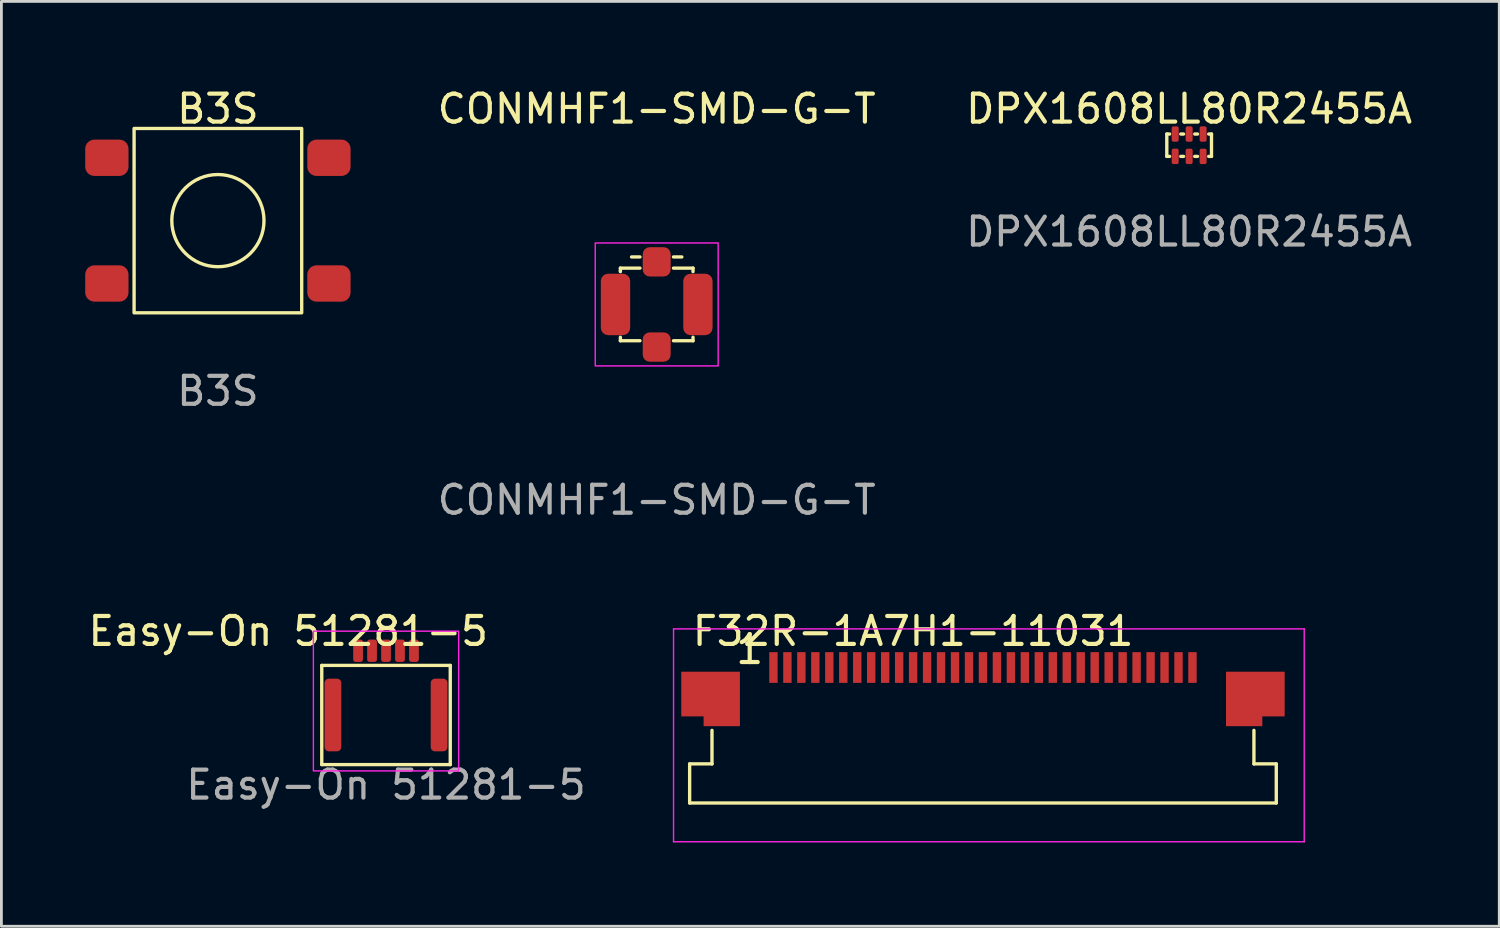
<source format=kicad_pcb>
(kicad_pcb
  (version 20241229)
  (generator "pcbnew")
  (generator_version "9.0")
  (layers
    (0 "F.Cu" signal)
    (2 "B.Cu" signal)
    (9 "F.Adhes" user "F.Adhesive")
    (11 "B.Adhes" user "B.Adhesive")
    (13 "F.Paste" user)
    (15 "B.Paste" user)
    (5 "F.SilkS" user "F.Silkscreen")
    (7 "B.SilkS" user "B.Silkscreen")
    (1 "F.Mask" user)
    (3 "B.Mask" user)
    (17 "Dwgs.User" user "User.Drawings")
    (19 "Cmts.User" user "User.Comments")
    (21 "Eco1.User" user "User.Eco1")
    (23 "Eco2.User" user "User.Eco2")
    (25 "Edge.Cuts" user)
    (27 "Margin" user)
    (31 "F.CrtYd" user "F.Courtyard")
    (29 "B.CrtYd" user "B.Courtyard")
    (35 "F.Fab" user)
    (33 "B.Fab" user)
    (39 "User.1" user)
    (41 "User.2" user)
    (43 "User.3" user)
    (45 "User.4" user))
  (footprint "B3S"
    (layer "F.Cu")
    (at 4.75 4.848)
    (property "Reference" "B3S" (at 0 -4 0) (unlocked yes) (layer "F.SilkS") (effects (font (size 1 1) (thickness 0.15))))
    (attr smd)
    (fp_rect (start -3 -3.3) (end 3 3.3) (stroke (width 0.12) (type default)) (fill no) (layer "F.SilkS"))
    (fp_circle (center 0 0) (end 1.65 0) (stroke (width 0.12) (type default)) (fill no) (layer "F.SilkS"))
    (fp_text user "${REFERENCE}" (at 0 6.1 0) (unlocked yes) (layer "F.Fab") (effects (font (size 1 1) (thickness 0.15))))
    (pad "1" smd roundrect (at 3.975 2.25) (size 1.55 1.3) (layers "F.Cu" "F.Mask" "F.Paste") (roundrect_rratio 0.25))
    (pad "2" smd roundrect (at -3.975 2.25) (size 1.55 1.3) (layers "F.Cu" "F.Mask" "F.Paste") (roundrect_rratio 0.25))
    (pad "3" smd roundrect (at -3.975 -2.25) (size 1.55 1.3) (layers "F.Cu" "F.Mask" "F.Paste") (roundrect_rratio 0.25))
    (pad "4" smd roundrect (at 3.975 -2.25) (size 1.55 1.3) (layers "F.Cu" "F.Mask" "F.Paste") (roundrect_rratio 0.25)))
  (footprint "DPX1608LL80R2455A"
    (layer "F.Cu")
    (at 39.518 2.148)
    (property "Reference" "DPX1608LL80R2455A" (at 0 -1.3 0) (unlocked yes) (layer "F.SilkS") (effects (font (size 1 1) (thickness 0.15))))
    (attr smd)
    (fp_line (start -0.8 -0.4) (end -0.8 0.4) (stroke (width 0.12) (type default)) (layer "F.SilkS"))
    (fp_line (start -0.8 -0.4) (end -0.7 -0.4) (stroke (width 0.12) (type default)) (layer "F.SilkS"))
    (fp_line (start -0.8 0.4) (end -0.7 0.4) (stroke (width 0.12) (type default)) (layer "F.SilkS"))
    (fp_line (start -0.3 -0.4) (end -0.2 -0.4) (stroke (width 0.12) (type default)) (layer "F.SilkS"))
    (fp_line (start -0.2 0.4) (end -0.3 0.4) (stroke (width 0.12) (type default)) (layer "F.SilkS"))
    (fp_line (start 0.2 -0.4) (end 0.3 -0.4) (stroke (width 0.12) (type default)) (layer "F.SilkS"))
    (fp_line (start 0.3 0.4) (end 0.2 0.4) (stroke (width 0.12) (type default)) (layer "F.SilkS"))
    (fp_line (start 0.8 -0.4) (end 0.7 -0.4) (stroke (width 0.12) (type default)) (layer "F.SilkS"))
    (fp_line (start 0.8 -0.4) (end 0.8 0.4) (stroke (width 0.12) (type default)) (layer "F.SilkS"))
    (fp_line (start 0.8 0.4) (end 0.7 0.4) (stroke (width 0.12) (type default)) (layer "F.SilkS"))
    (fp_text user "${REFERENCE}" (at 0 3.1 0) (unlocked yes) (layer "F.Fab") (effects (font (size 1 1) (thickness 0.15))))
    (pad "1" smd roundrect (at -0.5 0.4) (size 0.25 0.55) (layers "F.Cu" "F.Mask" "F.Paste") (roundrect_rratio 0.25))
    (pad "2" smd roundrect (at 0 0.4) (size 0.25 0.55) (layers "F.Cu" "F.Mask" "F.Paste") (roundrect_rratio 0.25))
    (pad "3" smd roundrect (at 0.5 0.4) (size 0.25 0.55) (layers "F.Cu" "F.Mask" "F.Paste") (roundrect_rratio 0.25))
    (pad "4" smd roundrect (at 0.5 -0.4) (size 0.25 0.55) (layers "F.Cu" "F.Mask" "F.Paste") (roundrect_rratio 0.25))
    (pad "5" smd roundrect (at 0 -0.4) (size 0.25 0.55) (layers "F.Cu" "F.Mask" "F.Paste") (roundrect_rratio 0.25))
    (pad "6" smd roundrect (at -0.5 -0.4) (size 0.25 0.55) (layers "F.Cu" "F.Mask" "F.Paste") (roundrect_rratio 0.25)))
  (footprint "Easy-On 51281-5"
    (layer "F.Cu")
    (at 10.768 22.545)
    (property "Reference" "Easy-On 51281-5" (at -3.5 -3 0) (unlocked yes) (layer "F.SilkS") (effects (font (size 1 1) (thickness 0.15))))
    (attr smd)
    (fp_line (start -2.3 -1.775) (end 2.3 -1.775) (stroke (width 0.12) (type solid)) (layer "F.SilkS"))
    (fp_line (start -2.3 1.775) (end -2.3 -1.775) (stroke (width 0.12) (type solid)) (layer "F.SilkS"))
    (fp_line (start 2.3 -1.775) (end 2.3 1.775) (stroke (width 0.12) (type solid)) (layer "F.SilkS"))
    (fp_line (start 2.3 1.775) (end -2.3 1.775) (stroke (width 0.12) (type solid)) (layer "F.SilkS"))
    (fp_rect (start -2.6 -3) (end 2.6 2) (stroke (width 0.05) (type default)) (fill no) (layer "F.CrtYd"))
    (fp_text user "${REFERENCE}" (at 0 2.5 0) (unlocked yes) (layer "F.Fab") (effects (font (size 1 1) (thickness 0.15))))
    (pad "" smd roundrect (at -1.9 0) (size 0.6 2.6) (layers "F.Cu" "F.Mask" "F.Paste") (roundrect_rratio 0.25))
    (pad "" smd roundrect (at 1.9 0) (size 0.6 2.6) (layers "F.Cu" "F.Mask" "F.Paste") (roundrect_rratio 0.25))
    (pad "1" smd roundrect (at -1 -2.3) (size 0.35 0.8) (layers "F.Cu" "F.Mask" "F.Paste") (roundrect_rratio 0.25))
    (pad "2" smd roundrect (at -0.5 -2.3) (size 0.35 0.8) (layers "F.Cu" "F.Mask" "F.Paste") (roundrect_rratio 0.25))
    (pad "3" smd roundrect (at 0 -2.3) (size 0.35 0.8) (layers "F.Cu" "F.Mask" "F.Paste") (roundrect_rratio 0.25))
    (pad "4" smd roundrect (at 0.5 -2.3) (size 0.35 0.8) (layers "F.Cu" "F.Mask" "F.Paste") (roundrect_rratio 0.25))
    (pad "5" smd roundrect (at 1 -2.3) (size 0.35 0.8) (layers "F.Cu" "F.Mask" "F.Paste") (roundrect_rratio 0.25)))
  (footprint "F32R-1A7H1-11031"
    (layer "F.Cu")
    (at 32.137 21.495)
    (property "Reference" "F32R-1A7H1-11031" (at -2.5 -1.95 0) (layer "F.SilkS") (effects (font (size 1 1) (thickness 0.15))))
    (attr smd)
    (fp_line (start -10.5 2.8) (end -10.5 4.2) (stroke (width 0.12) (type solid)) (layer "F.SilkS"))
    (fp_line (start -10.5 2.8) (end -9.7 2.8) (stroke (width 0.12) (type solid)) (layer "F.SilkS"))
    (fp_line (start -9.7 1.6) (end -9.7 2.8) (stroke (width 0.12) (type solid)) (layer "F.SilkS"))
    (fp_line (start 9.7 1.6) (end 9.7 2.8) (stroke (width 0.12) (type solid)) (layer "F.SilkS"))
    (fp_line (start 9.7 2.8) (end 10.5 2.8) (stroke (width 0.12) (type solid)) (layer "F.SilkS"))
    (fp_line (start 10.5 2.8) (end 10.5 4.2) (stroke (width 0.12) (type solid)) (layer "F.SilkS"))
    (fp_line (start 10.5 4.2) (end -10.5 4.2) (stroke (width 0.12) (type solid)) (layer "F.SilkS"))
    (fp_line (start -11.076 -2.032) (end 11.5 -2.032) (stroke (width 0.05) (type solid)) (layer "F.CrtYd"))
    (fp_line (start -11.076 5.588) (end -11.076 -2.032) (stroke (width 0.05) (type solid)) (layer "F.CrtYd"))
    (fp_line (start 11.5 -2.032) (end 11.5 5.588) (stroke (width 0.05) (type solid)) (layer "F.CrtYd"))
    (fp_line (start 11.5 5.588) (end -11.076 5.588) (stroke (width 0.05) (type solid)) (layer "F.CrtYd"))
    (fp_text user "1" (at -8.35 -1.3 0) (unlocked yes) (layer "F.SilkS") (effects (font (size 1 1) (thickness 0.15))))
    (pad "" smd custom (at -9.75 0.475) (size 0.1 0.1) (layers "F.Cu" "F.Mask" "F.Paste") (options (anchor rect)) (primitives (gr_poly (pts (xy 1.05 -0.975) (xy -1.05 -0.975) (xy -1.05 0.625) (xy -0.25 0.625) (xy -0.25 0.975) (xy 1.05 0.975)) (width 0) (fill yes))))
    (pad "" smd custom (at 9.75 0.475) (size 0.1 0.1) (layers "F.Cu" "F.Mask" "F.Paste") (options (anchor rect)) (primitives (gr_poly (pts (xy -1.05 -0.975) (xy 1.05 -0.975) (xy 1.05 0.625) (xy 0.25 0.625) (xy 0.25 0.975) (xy -1.05 0.975)) (width 0) (fill yes))))
    (pad "1" smd rect (at -7.5 -0.65) (size 0.3 1.1) (layers "F.Cu" "F.Mask" "F.Paste"))
    (pad "2" smd rect (at -7 -0.65) (size 0.3 1.1) (layers "F.Cu" "F.Mask" "F.Paste"))
    (pad "3" smd rect (at -6.5 -0.65) (size 0.3 1.1) (layers "F.Cu" "F.Mask" "F.Paste"))
    (pad "4" smd rect (at -6 -0.65) (size 0.3 1.1) (layers "F.Cu" "F.Mask" "F.Paste"))
    (pad "5" smd rect (at -5.5 -0.65) (size 0.3 1.1) (layers "F.Cu" "F.Mask" "F.Paste"))
    (pad "6" smd rect (at -5 -0.65) (size 0.3 1.1) (layers "F.Cu" "F.Mask" "F.Paste"))
    (pad "7" smd rect (at -4.5 -0.65) (size 0.3 1.1) (layers "F.Cu" "F.Mask" "F.Paste"))
    (pad "8" smd rect (at -4 -0.65) (size 0.3 1.1) (layers "F.Cu" "F.Mask" "F.Paste"))
    (pad "9" smd rect (at -3.5 -0.65) (size 0.3 1.1) (layers "F.Cu" "F.Mask" "F.Paste"))
    (pad "10" smd rect (at -3 -0.65) (size 0.3 1.1) (layers "F.Cu" "F.Mask" "F.Paste"))
    (pad "11" smd rect (at -2.5 -0.65) (size 0.3 1.1) (layers "F.Cu" "F.Mask" "F.Paste"))
    (pad "12" smd rect (at -2 -0.65) (size 0.3 1.1) (layers "F.Cu" "F.Mask" "F.Paste"))
    (pad "13" smd rect (at -1.5 -0.65) (size 0.3 1.1) (layers "F.Cu" "F.Mask" "F.Paste"))
    (pad "14" smd rect (at -1 -0.65) (size 0.3 1.1) (layers "F.Cu" "F.Mask" "F.Paste"))
    (pad "15" smd rect (at -0.5 -0.65) (size 0.3 1.1) (layers "F.Cu" "F.Mask" "F.Paste"))
    (pad "16" smd rect (at 0 -0.65) (size 0.3 1.1) (layers "F.Cu" "F.Mask" "F.Paste"))
    (pad "17" smd rect (at 0.5 -0.65) (size 0.3 1.1) (layers "F.Cu" "F.Mask" "F.Paste"))
    (pad "18" smd rect (at 1 -0.65) (size 0.3 1.1) (layers "F.Cu" "F.Mask" "F.Paste"))
    (pad "19" smd rect (at 1.5 -0.65) (size 0.3 1.1) (layers "F.Cu" "F.Mask" "F.Paste"))
    (pad "20" smd rect (at 2 -0.65) (size 0.3 1.1) (layers "F.Cu" "F.Mask" "F.Paste"))
    (pad "21" smd rect (at 2.5 -0.65) (size 0.3 1.1) (layers "F.Cu" "F.Mask" "F.Paste"))
    (pad "22" smd rect (at 3 -0.65) (size 0.3 1.1) (layers "F.Cu" "F.Mask" "F.Paste"))
    (pad "23" smd rect (at 3.5 -0.65) (size 0.3 1.1) (layers "F.Cu" "F.Mask" "F.Paste"))
    (pad "24" smd rect (at 4 -0.65) (size 0.3 1.1) (layers "F.Cu" "F.Mask" "F.Paste"))
    (pad "25" smd rect (at 4.5 -0.65) (size 0.3 1.1) (layers "F.Cu" "F.Mask" "F.Paste"))
    (pad "26" smd rect (at 5 -0.65) (size 0.3 1.1) (layers "F.Cu" "F.Mask" "F.Paste"))
    (pad "27" smd rect (at 5.5 -0.65) (size 0.3 1.1) (layers "F.Cu" "F.Mask" "F.Paste"))
    (pad "28" smd rect (at 6 -0.65) (size 0.3 1.1) (layers "F.Cu" "F.Mask" "F.Paste"))
    (pad "29" smd rect (at 6.5 -0.65) (size 0.3 1.1) (layers "F.Cu" "F.Mask" "F.Paste"))
    (pad "30" smd rect (at 7 -0.65) (size 0.3 1.1) (layers "F.Cu" "F.Mask" "F.Paste"))
    (pad "31" smd rect (at 7.5 -0.65) (size 0.3 1.1) (layers "F.Cu" "F.Mask" "F.Paste")))
  (footprint "CONMHF1-SMD-G-T"
    (layer "F.Cu")
    (at 20.458 7.848)
    (property "Reference" "CONMHF1-SMD-G-T" (at 0 -7 0) (unlocked yes) (layer "F.SilkS") (effects (font (size 1 1) (thickness 0.15))))
    (attr smd)
    (fp_line (start -1.3 -1.3) (end -1.3 -1.2) (stroke (width 0.12) (type default)) (layer "F.SilkS"))
    (fp_line (start -1.3 -1.2) (end -1.3 -1.175) (stroke (width 0.12) (type default)) (layer "F.SilkS"))
    (fp_line (start -1.3 1.3) (end -1.3 1.175) (stroke (width 0.12) (type default)) (layer "F.SilkS"))
    (fp_line (start -0.6 -1.7) (end -0.9 -1.7) (stroke (width 0.12) (type default)) (layer "F.SilkS"))
    (fp_line (start -0.6 -1.3) (end -1.3 -1.3) (stroke (width 0.12) (type default)) (layer "F.SilkS"))
    (fp_line (start -0.6 1.3) (end -1.3 1.3) (stroke (width 0.12) (type default)) (layer "F.SilkS"))
    (fp_line (start 0.6 -1.3) (end 1.3 -1.3) (stroke (width 0.12) (type default)) (layer "F.SilkS"))
    (fp_line (start 0.9 -1.7) (end 0.6 -1.7) (stroke (width 0.12) (type default)) (layer "F.SilkS"))
    (fp_line (start 1.3 -1.3) (end 1.3 -1.175) (stroke (width 0.12) (type default)) (layer "F.SilkS"))
    (fp_line (start 1.3 1.3) (end 0.6 1.3) (stroke (width 0.12) (type default)) (layer "F.SilkS"))
    (fp_line (start 1.3 1.3) (end 1.3 1.175) (stroke (width 0.12) (type default)) (layer "F.SilkS"))
    (fp_rect (start -2.2 -2.2) (end 2.2 2.2) (stroke (width 0.05) (type default)) (fill no) (layer "F.CrtYd"))
    (fp_text user "${REFERENCE}" (at 0 7 0) (unlocked yes) (layer "F.Fab") (effects (font (size 1 1) (thickness 0.15))))
    (pad "1" smd roundrect (at 0 -1.525) (size 1 1.05) (layers "F.Cu" "F.Mask" "F.Paste") (roundrect_rratio 0.25))
    (pad "2" smd roundrect (at -1.475 0) (size 1.05 2.2) (layers "F.Cu" "F.Mask" "F.Paste") (roundrect_rratio 0.25))
    (pad "2" smd roundrect (at 0 1.525) (size 1 1.05) (layers "F.Cu" "F.Mask" "F.Paste") (roundrect_rratio 0.25))
    (pad "2" smd roundrect (at 1.475 0) (size 1.05 2.2) (layers "F.Cu" "F.Mask" "F.Paste") (roundrect_rratio 0.25)))
  (gr_rect
    (start -3 -3)
    (end 50.619 30.108)
    (stroke (width 0.1) (type default))
    (fill no)
    (layer "Edge.Cuts")))
</source>
